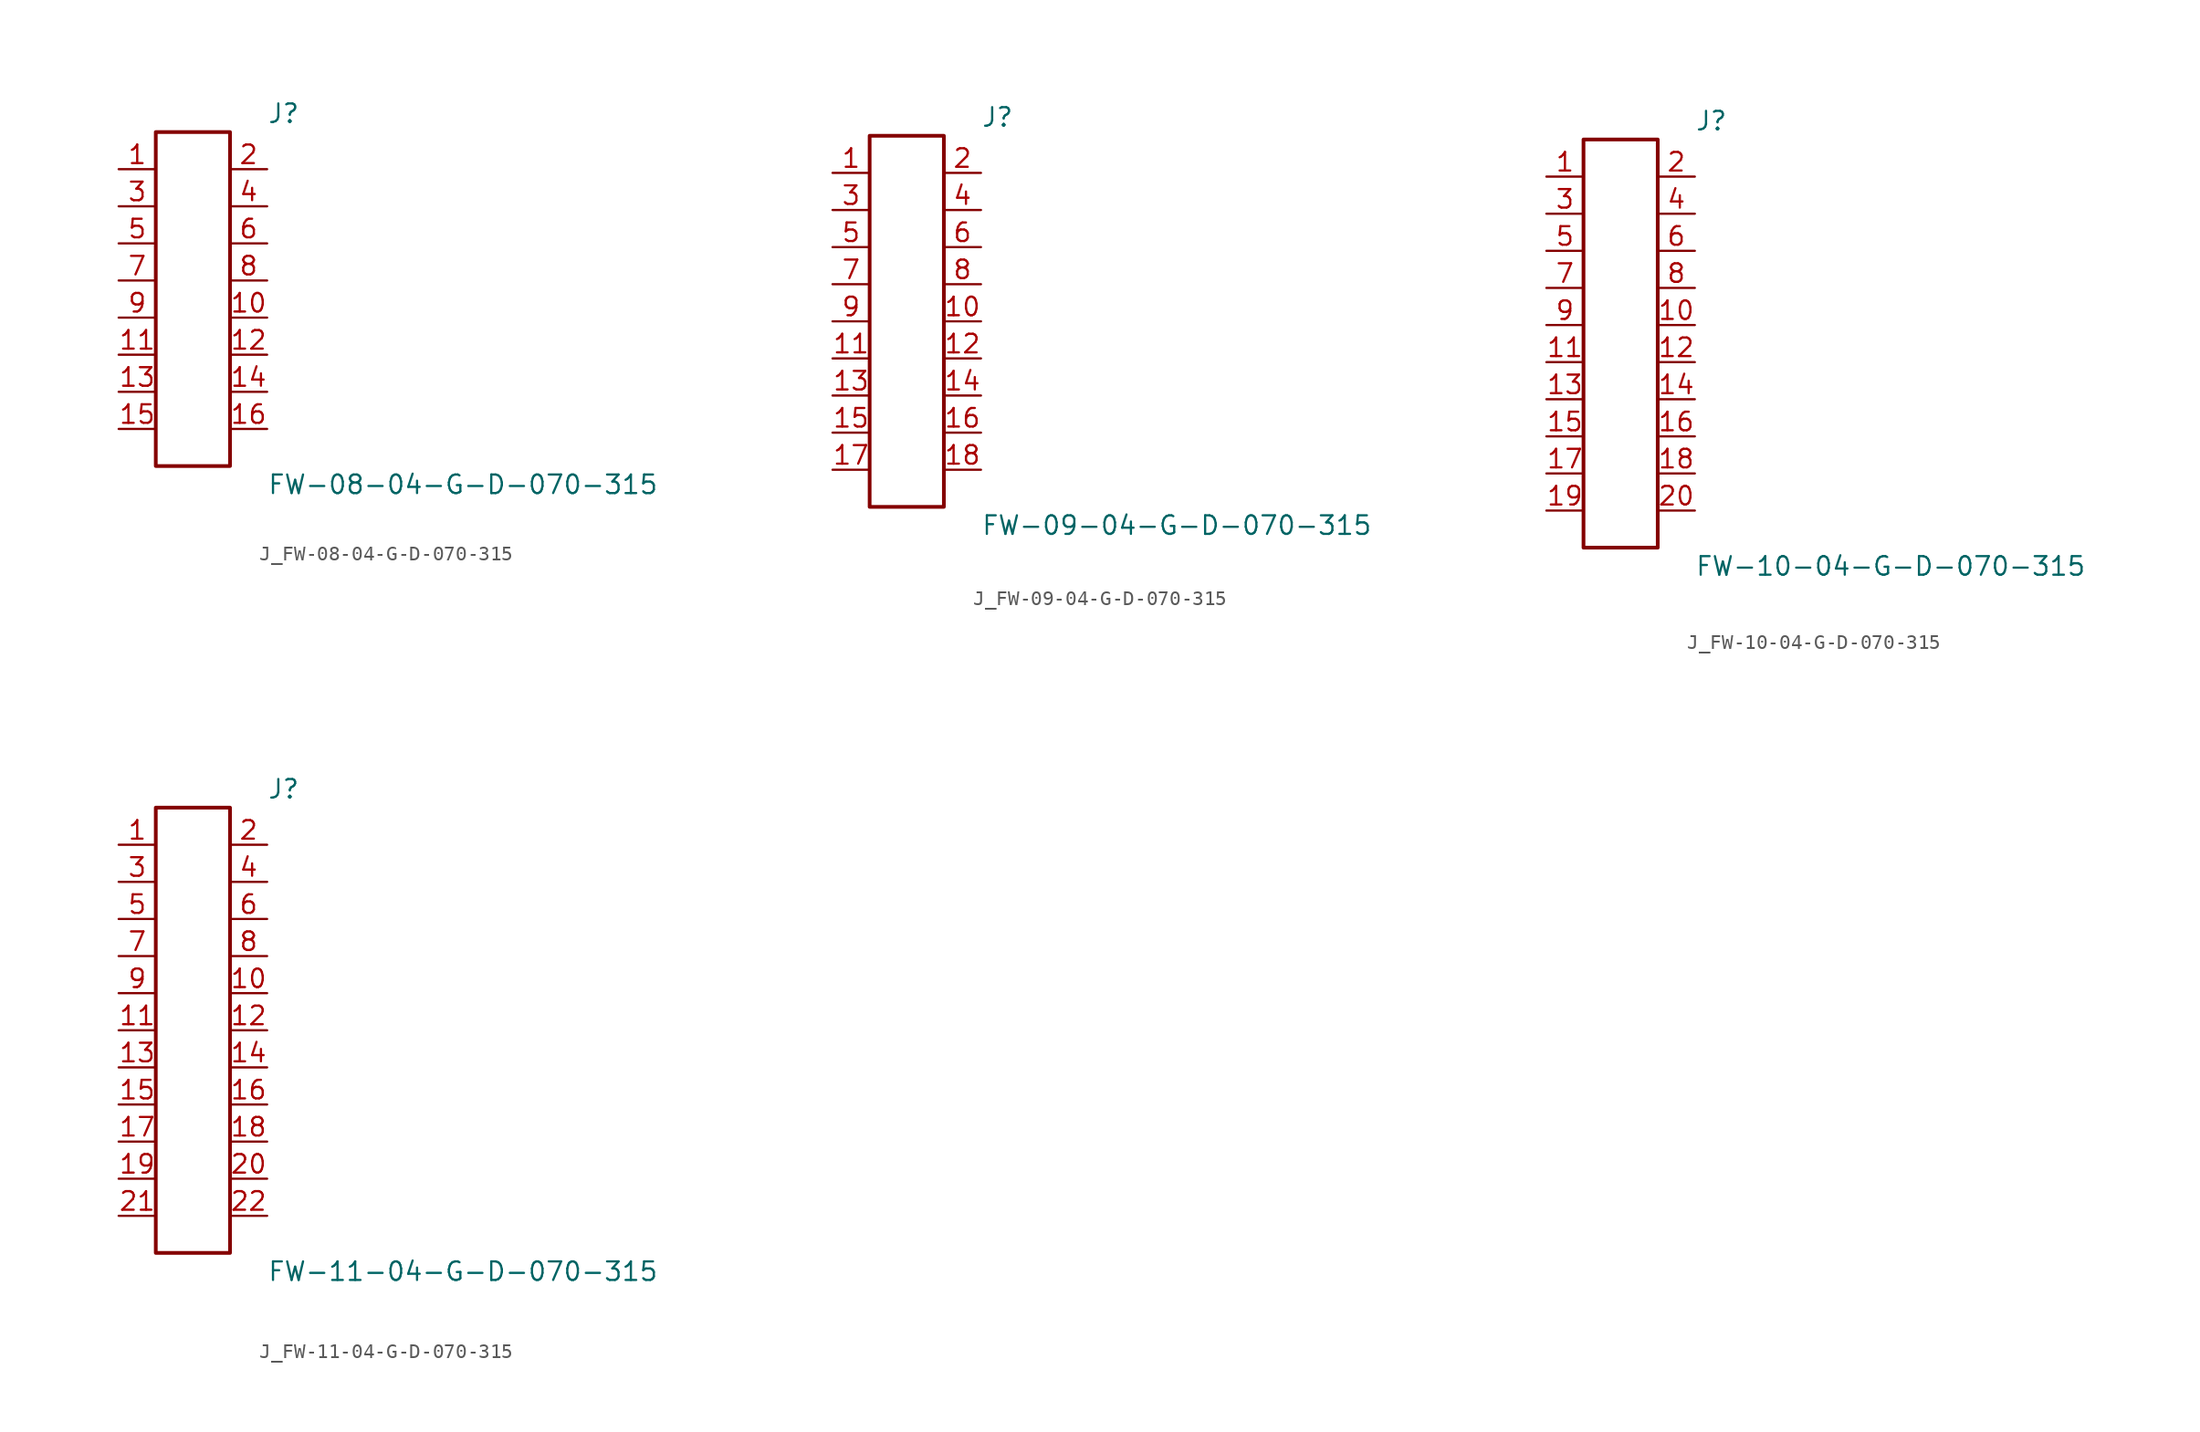
<source format=kicad_sym>
(kicad_symbol_lib
  (version 20231120)
  (generator kicad_symbol_editor)
  (generator_version 8.0)
  (symbol "J_FW-08-04-G-D-070-315"
    (pin_names
      (offset 0.254))
    (property "Reference" "J"
      (at 5.08 12.7 0)
      (effects (font (size 1.27 1.27)) (justify left)))
    (property "Value" "FW-08-04-G-D-070-315"
      (at 5.08 -12.7 0)
      (effects (font (size 1.27 1.27)) (justify left)))
    (symbol "J_FW-08-04-G-D-070-315_0_0"
      (pin passive line (at -5.08 8.89 0) (length 2.54) (name "" (effects (font (size 1.27 1.27)))) (number "1" (effects (font (size 1.27 1.27)))))
      (pin passive line (at 5.08 8.89 180) (length 2.54) (name "" (effects (font (size 1.27 1.27)))) (number "2" (effects (font (size 1.27 1.27)))))
      (pin passive line (at -5.08 6.35 0) (length 2.54) (name "" (effects (font (size 1.27 1.27)))) (number "3" (effects (font (size 1.27 1.27)))))
      (pin passive line (at 5.08 6.35 180) (length 2.54) (name "" (effects (font (size 1.27 1.27)))) (number "4" (effects (font (size 1.27 1.27)))))
      (pin passive line (at -5.08 3.81 0) (length 2.54) (name "" (effects (font (size 1.27 1.27)))) (number "5" (effects (font (size 1.27 1.27)))))
      (pin passive line (at 5.08 3.81 180) (length 2.54) (name "" (effects (font (size 1.27 1.27)))) (number "6" (effects (font (size 1.27 1.27)))))
      (pin passive line (at -5.08 1.27 0) (length 2.54) (name "" (effects (font (size 1.27 1.27)))) (number "7" (effects (font (size 1.27 1.27)))))
      (pin passive line (at 5.08 1.27 180) (length 2.54) (name "" (effects (font (size 1.27 1.27)))) (number "8" (effects (font (size 1.27 1.27)))))
      (pin passive line (at -5.08 -1.27 0) (length 2.54) (name "" (effects (font (size 1.27 1.27)))) (number "9" (effects (font (size 1.27 1.27)))))
      (pin passive line (at 5.08 -1.27 180) (length 2.54) (name "" (effects (font (size 1.27 1.27)))) (number "10" (effects (font (size 1.27 1.27)))))
      (pin passive line (at -5.08 -3.81 0) (length 2.54) (name "" (effects (font (size 1.27 1.27)))) (number "11" (effects (font (size 1.27 1.27)))))
      (pin passive line (at 5.08 -3.81 180) (length 2.54) (name "" (effects (font (size 1.27 1.27)))) (number "12" (effects (font (size 1.27 1.27)))))
      (pin passive line (at -5.08 -6.35 0) (length 2.54) (name "" (effects (font (size 1.27 1.27)))) (number "13" (effects (font (size 1.27 1.27)))))
      (pin passive line (at 5.08 -6.35 180) (length 2.54) (name "" (effects (font (size 1.27 1.27)))) (number "14" (effects (font (size 1.27 1.27)))))
      (pin passive line (at -5.08 -8.89 0) (length 2.54) (name "" (effects (font (size 1.27 1.27)))) (number "15" (effects (font (size 1.27 1.27)))))
      (pin passive line (at 5.08 -8.89 180) (length 2.54) (name "" (effects (font (size 1.27 1.27)))) (number "16" (effects (font (size 1.27 1.27))))))
    (symbol "J_FW-08-04-G-D-070-315_1_0"
      (rectangle (start -2.54 11.43) (end 2.54 -11.43) (stroke (width 0.254) (type solid)) (fill (type none)))))
  (symbol "J_FW-09-04-G-D-070-315"
    (pin_names
      (offset 0.254))
    (property "Reference" "J"
      (at 5.08 13.97 0)
      (effects (font (size 1.27 1.27)) (justify left)))
    (property "Value" "FW-09-04-G-D-070-315"
      (at 5.08 -13.97 0)
      (effects (font (size 1.27 1.27)) (justify left)))
    (symbol "J_FW-09-04-G-D-070-315_0_0"
      (pin passive line (at -5.08 10.16 0) (length 2.54) (name "" (effects (font (size 1.27 1.27)))) (number "1" (effects (font (size 1.27 1.27)))))
      (pin passive line (at 5.08 10.16 180) (length 2.54) (name "" (effects (font (size 1.27 1.27)))) (number "2" (effects (font (size 1.27 1.27)))))
      (pin passive line (at -5.08 7.62 0) (length 2.54) (name "" (effects (font (size 1.27 1.27)))) (number "3" (effects (font (size 1.27 1.27)))))
      (pin passive line (at 5.08 7.62 180) (length 2.54) (name "" (effects (font (size 1.27 1.27)))) (number "4" (effects (font (size 1.27 1.27)))))
      (pin passive line (at -5.08 5.08 0) (length 2.54) (name "" (effects (font (size 1.27 1.27)))) (number "5" (effects (font (size 1.27 1.27)))))
      (pin passive line (at 5.08 5.08 180) (length 2.54) (name "" (effects (font (size 1.27 1.27)))) (number "6" (effects (font (size 1.27 1.27)))))
      (pin passive line (at -5.08 2.54 0) (length 2.54) (name "" (effects (font (size 1.27 1.27)))) (number "7" (effects (font (size 1.27 1.27)))))
      (pin passive line (at 5.08 2.54 180) (length 2.54) (name "" (effects (font (size 1.27 1.27)))) (number "8" (effects (font (size 1.27 1.27)))))
      (pin passive line (at -5.08 0.0 0) (length 2.54) (name "" (effects (font (size 1.27 1.27)))) (number "9" (effects (font (size 1.27 1.27)))))
      (pin passive line (at 5.08 0.0 180) (length 2.54) (name "" (effects (font (size 1.27 1.27)))) (number "10" (effects (font (size 1.27 1.27)))))
      (pin passive line (at -5.08 -2.54 0) (length 2.54) (name "" (effects (font (size 1.27 1.27)))) (number "11" (effects (font (size 1.27 1.27)))))
      (pin passive line (at 5.08 -2.54 180) (length 2.54) (name "" (effects (font (size 1.27 1.27)))) (number "12" (effects (font (size 1.27 1.27)))))
      (pin passive line (at -5.08 -5.08 0) (length 2.54) (name "" (effects (font (size 1.27 1.27)))) (number "13" (effects (font (size 1.27 1.27)))))
      (pin passive line (at 5.08 -5.08 180) (length 2.54) (name "" (effects (font (size 1.27 1.27)))) (number "14" (effects (font (size 1.27 1.27)))))
      (pin passive line (at -5.08 -7.62 0) (length 2.54) (name "" (effects (font (size 1.27 1.27)))) (number "15" (effects (font (size 1.27 1.27)))))
      (pin passive line (at 5.08 -7.62 180) (length 2.54) (name "" (effects (font (size 1.27 1.27)))) (number "16" (effects (font (size 1.27 1.27)))))
      (pin passive line (at -5.08 -10.16 0) (length 2.54) (name "" (effects (font (size 1.27 1.27)))) (number "17" (effects (font (size 1.27 1.27)))))
      (pin passive line (at 5.08 -10.16 180) (length 2.54) (name "" (effects (font (size 1.27 1.27)))) (number "18" (effects (font (size 1.27 1.27))))))
    (symbol "J_FW-09-04-G-D-070-315_1_0"
      (rectangle (start -2.54 12.7) (end 2.54 -12.7) (stroke (width 0.254) (type solid)) (fill (type none)))))
  (symbol "J_FW-10-04-G-D-070-315"
    (pin_names
      (offset 0.254))
    (property "Reference" "J"
      (at 5.08 15.24 0)
      (effects (font (size 1.27 1.27)) (justify left)))
    (property "Value" "FW-10-04-G-D-070-315"
      (at 5.08 -15.24 0)
      (effects (font (size 1.27 1.27)) (justify left)))
    (symbol "J_FW-10-04-G-D-070-315_0_0"
      (pin passive line (at -5.08 11.43 0) (length 2.54) (name "" (effects (font (size 1.27 1.27)))) (number "1" (effects (font (size 1.27 1.27)))))
      (pin passive line (at 5.08 11.43 180) (length 2.54) (name "" (effects (font (size 1.27 1.27)))) (number "2" (effects (font (size 1.27 1.27)))))
      (pin passive line (at -5.08 8.89 0) (length 2.54) (name "" (effects (font (size 1.27 1.27)))) (number "3" (effects (font (size 1.27 1.27)))))
      (pin passive line (at 5.08 8.89 180) (length 2.54) (name "" (effects (font (size 1.27 1.27)))) (number "4" (effects (font (size 1.27 1.27)))))
      (pin passive line (at -5.08 6.35 0) (length 2.54) (name "" (effects (font (size 1.27 1.27)))) (number "5" (effects (font (size 1.27 1.27)))))
      (pin passive line (at 5.08 6.35 180) (length 2.54) (name "" (effects (font (size 1.27 1.27)))) (number "6" (effects (font (size 1.27 1.27)))))
      (pin passive line (at -5.08 3.81 0) (length 2.54) (name "" (effects (font (size 1.27 1.27)))) (number "7" (effects (font (size 1.27 1.27)))))
      (pin passive line (at 5.08 3.81 180) (length 2.54) (name "" (effects (font (size 1.27 1.27)))) (number "8" (effects (font (size 1.27 1.27)))))
      (pin passive line (at -5.08 1.27 0) (length 2.54) (name "" (effects (font (size 1.27 1.27)))) (number "9" (effects (font (size 1.27 1.27)))))
      (pin passive line (at 5.08 1.27 180) (length 2.54) (name "" (effects (font (size 1.27 1.27)))) (number "10" (effects (font (size 1.27 1.27)))))
      (pin passive line (at -5.08 -1.27 0) (length 2.54) (name "" (effects (font (size 1.27 1.27)))) (number "11" (effects (font (size 1.27 1.27)))))
      (pin passive line (at 5.08 -1.27 180) (length 2.54) (name "" (effects (font (size 1.27 1.27)))) (number "12" (effects (font (size 1.27 1.27)))))
      (pin passive line (at -5.08 -3.81 0) (length 2.54) (name "" (effects (font (size 1.27 1.27)))) (number "13" (effects (font (size 1.27 1.27)))))
      (pin passive line (at 5.08 -3.81 180) (length 2.54) (name "" (effects (font (size 1.27 1.27)))) (number "14" (effects (font (size 1.27 1.27)))))
      (pin passive line (at -5.08 -6.35 0) (length 2.54) (name "" (effects (font (size 1.27 1.27)))) (number "15" (effects (font (size 1.27 1.27)))))
      (pin passive line (at 5.08 -6.35 180) (length 2.54) (name "" (effects (font (size 1.27 1.27)))) (number "16" (effects (font (size 1.27 1.27)))))
      (pin passive line (at -5.08 -8.89 0) (length 2.54) (name "" (effects (font (size 1.27 1.27)))) (number "17" (effects (font (size 1.27 1.27)))))
      (pin passive line (at 5.08 -8.89 180) (length 2.54) (name "" (effects (font (size 1.27 1.27)))) (number "18" (effects (font (size 1.27 1.27)))))
      (pin passive line (at -5.08 -11.43 0) (length 2.54) (name "" (effects (font (size 1.27 1.27)))) (number "19" (effects (font (size 1.27 1.27)))))
      (pin passive line (at 5.08 -11.43 180) (length 2.54) (name "" (effects (font (size 1.27 1.27)))) (number "20" (effects (font (size 1.27 1.27))))))
    (symbol "J_FW-10-04-G-D-070-315_1_0"
      (rectangle (start -2.54 13.97) (end 2.54 -13.97) (stroke (width 0.254) (type solid)) (fill (type none)))))
  (symbol "J_FW-11-04-G-D-070-315"
    (pin_names
      (offset 0.254))
    (property "Reference" "J"
      (at 5.08 16.51 0)
      (effects (font (size 1.27 1.27)) (justify left)))
    (property "Value" "FW-11-04-G-D-070-315"
      (at 5.08 -16.51 0)
      (effects (font (size 1.27 1.27)) (justify left)))
    (symbol "J_FW-11-04-G-D-070-315_0_0"
      (pin passive line (at -5.08 12.7 0) (length 2.54) (name "" (effects (font (size 1.27 1.27)))) (number "1" (effects (font (size 1.27 1.27)))))
      (pin passive line (at 5.08 12.7 180) (length 2.54) (name "" (effects (font (size 1.27 1.27)))) (number "2" (effects (font (size 1.27 1.27)))))
      (pin passive line (at -5.08 10.16 0) (length 2.54) (name "" (effects (font (size 1.27 1.27)))) (number "3" (effects (font (size 1.27 1.27)))))
      (pin passive line (at 5.08 10.16 180) (length 2.54) (name "" (effects (font (size 1.27 1.27)))) (number "4" (effects (font (size 1.27 1.27)))))
      (pin passive line (at -5.08 7.62 0) (length 2.54) (name "" (effects (font (size 1.27 1.27)))) (number "5" (effects (font (size 1.27 1.27)))))
      (pin passive line (at 5.08 7.62 180) (length 2.54) (name "" (effects (font (size 1.27 1.27)))) (number "6" (effects (font (size 1.27 1.27)))))
      (pin passive line (at -5.08 5.08 0) (length 2.54) (name "" (effects (font (size 1.27 1.27)))) (number "7" (effects (font (size 1.27 1.27)))))
      (pin passive line (at 5.08 5.08 180) (length 2.54) (name "" (effects (font (size 1.27 1.27)))) (number "8" (effects (font (size 1.27 1.27)))))
      (pin passive line (at -5.08 2.54 0) (length 2.54) (name "" (effects (font (size 1.27 1.27)))) (number "9" (effects (font (size 1.27 1.27)))))
      (pin passive line (at 5.08 2.54 180) (length 2.54) (name "" (effects (font (size 1.27 1.27)))) (number "10" (effects (font (size 1.27 1.27)))))
      (pin passive line (at -5.08 0.0 0) (length 2.54) (name "" (effects (font (size 1.27 1.27)))) (number "11" (effects (font (size 1.27 1.27)))))
      (pin passive line (at 5.08 0.0 180) (length 2.54) (name "" (effects (font (size 1.27 1.27)))) (number "12" (effects (font (size 1.27 1.27)))))
      (pin passive line (at -5.08 -2.54 0) (length 2.54) (name "" (effects (font (size 1.27 1.27)))) (number "13" (effects (font (size 1.27 1.27)))))
      (pin passive line (at 5.08 -2.54 180) (length 2.54) (name "" (effects (font (size 1.27 1.27)))) (number "14" (effects (font (size 1.27 1.27)))))
      (pin passive line (at -5.08 -5.08 0) (length 2.54) (name "" (effects (font (size 1.27 1.27)))) (number "15" (effects (font (size 1.27 1.27)))))
      (pin passive line (at 5.08 -5.08 180) (length 2.54) (name "" (effects (font (size 1.27 1.27)))) (number "16" (effects (font (size 1.27 1.27)))))
      (pin passive line (at -5.08 -7.62 0) (length 2.54) (name "" (effects (font (size 1.27 1.27)))) (number "17" (effects (font (size 1.27 1.27)))))
      (pin passive line (at 5.08 -7.62 180) (length 2.54) (name "" (effects (font (size 1.27 1.27)))) (number "18" (effects (font (size 1.27 1.27)))))
      (pin passive line (at -5.08 -10.16 0) (length 2.54) (name "" (effects (font (size 1.27 1.27)))) (number "19" (effects (font (size 1.27 1.27)))))
      (pin passive line (at 5.08 -10.16 180) (length 2.54) (name "" (effects (font (size 1.27 1.27)))) (number "20" (effects (font (size 1.27 1.27)))))
      (pin passive line (at -5.08 -12.7 0) (length 2.54) (name "" (effects (font (size 1.27 1.27)))) (number "21" (effects (font (size 1.27 1.27)))))
      (pin passive line (at 5.08 -12.7 180) (length 2.54) (name "" (effects (font (size 1.27 1.27)))) (number "22" (effects (font (size 1.27 1.27))))))
    (symbol "J_FW-11-04-G-D-070-315_1_0"
      (rectangle (start -2.54 15.24) (end 2.54 -15.24) (stroke (width 0.254) (type solid)) (fill (type none))))))
</source>
